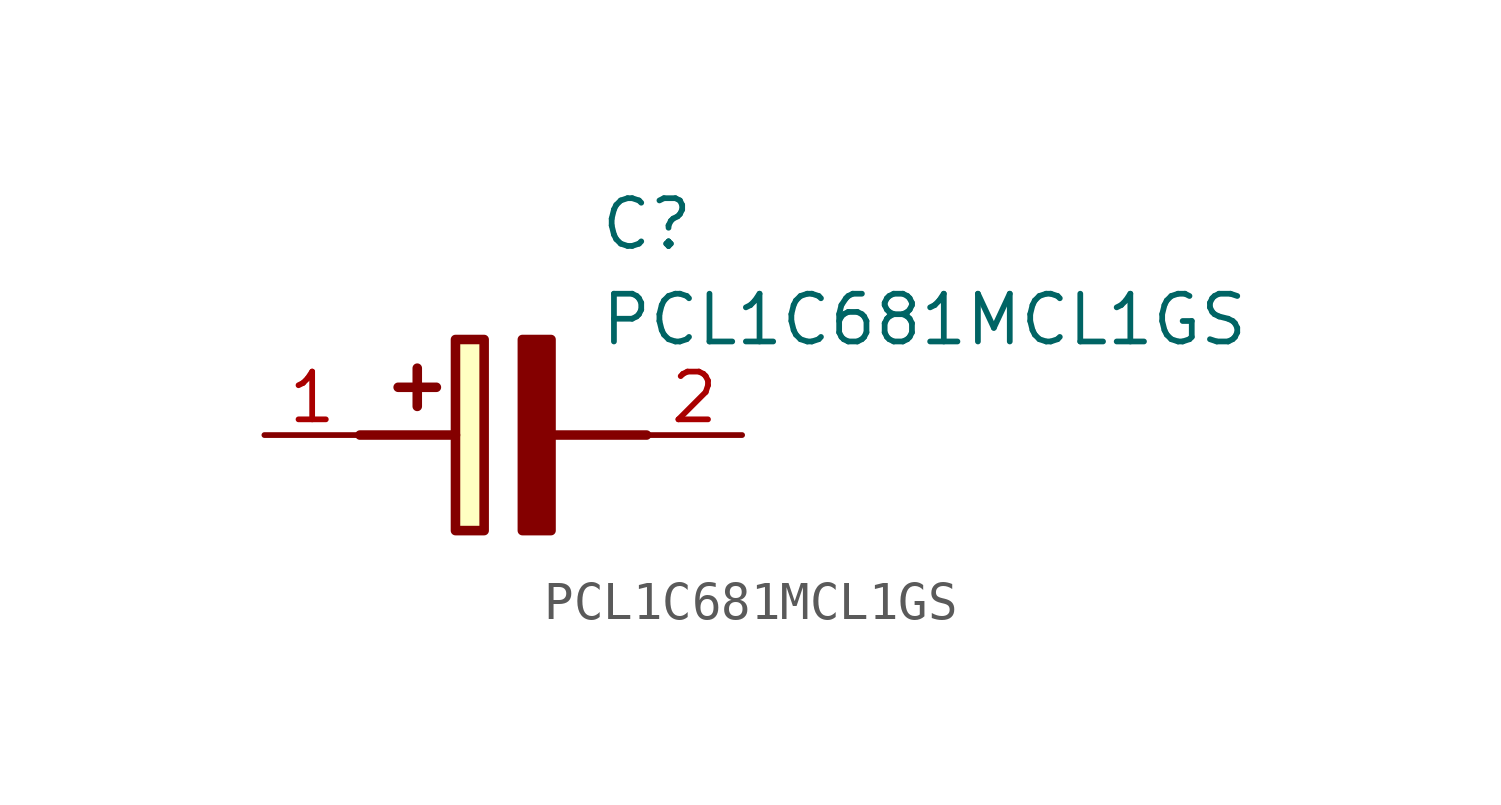
<source format=kicad_sym>
(kicad_symbol_lib
  (version 20211014)
  (generator SamacSys_ECAD_Model)
  (symbol "PCL1C681MCL1GS"
    (pin_names hide)
    (property "Reference" "C"
      (at 8.89 6.35 0)
      (effects (font (size 1.27 1.27)) (justify left top)))
    (property "Value" "PCL1C681MCL1GS"
      (at 8.89 3.81 0)
      (effects (font (size 1.27 1.27)) (justify left top)))
    (rectangle
      (start 5.08 2.54)
      (end 5.842 -2.54)
      (stroke (width 0.254) (type default))
      (fill (type background)))
    (polyline
      (pts (xy 4.572 1.27) (xy 3.556 1.27))
      (stroke (width 0.254) (type default))
      (fill (type none)))
    (polyline
      (pts (xy 4.064 1.778) (xy 4.064 0.762))
      (stroke (width 0.254) (type default))
      (fill (type none)))
    (polyline
      (pts (xy 2.54 0) (xy 5.08 0))
      (stroke (width 0.254) (type default))
      (fill (type none)))
    (polyline
      (pts (xy 7.62 0) (xy 10.16 0))
      (stroke (width 0.254) (type default))
      (fill (type none)))
    (polyline
      (pts (xy 7.62 2.54) (xy 7.62 -2.54) (xy 6.858 -2.54) (xy 6.858 2.54) (xy 7.62 2.54))
      (stroke (width 0.254) (type default))
      (fill (type outline)))
    (pin passive line
      (at 0 0 0)
      (length 2.54)
      (name "+" (effects (font (size 1.27 1.27))))
      (number "1" (effects (font (size 1.27 1.27)))))
    (pin passive line
      (at 12.7 0 180)
      (length 2.54)
      (name "-" (effects (font (size 1.27 1.27))))
      (number "2" (effects (font (size 1.27 1.27)))))))
</source>
